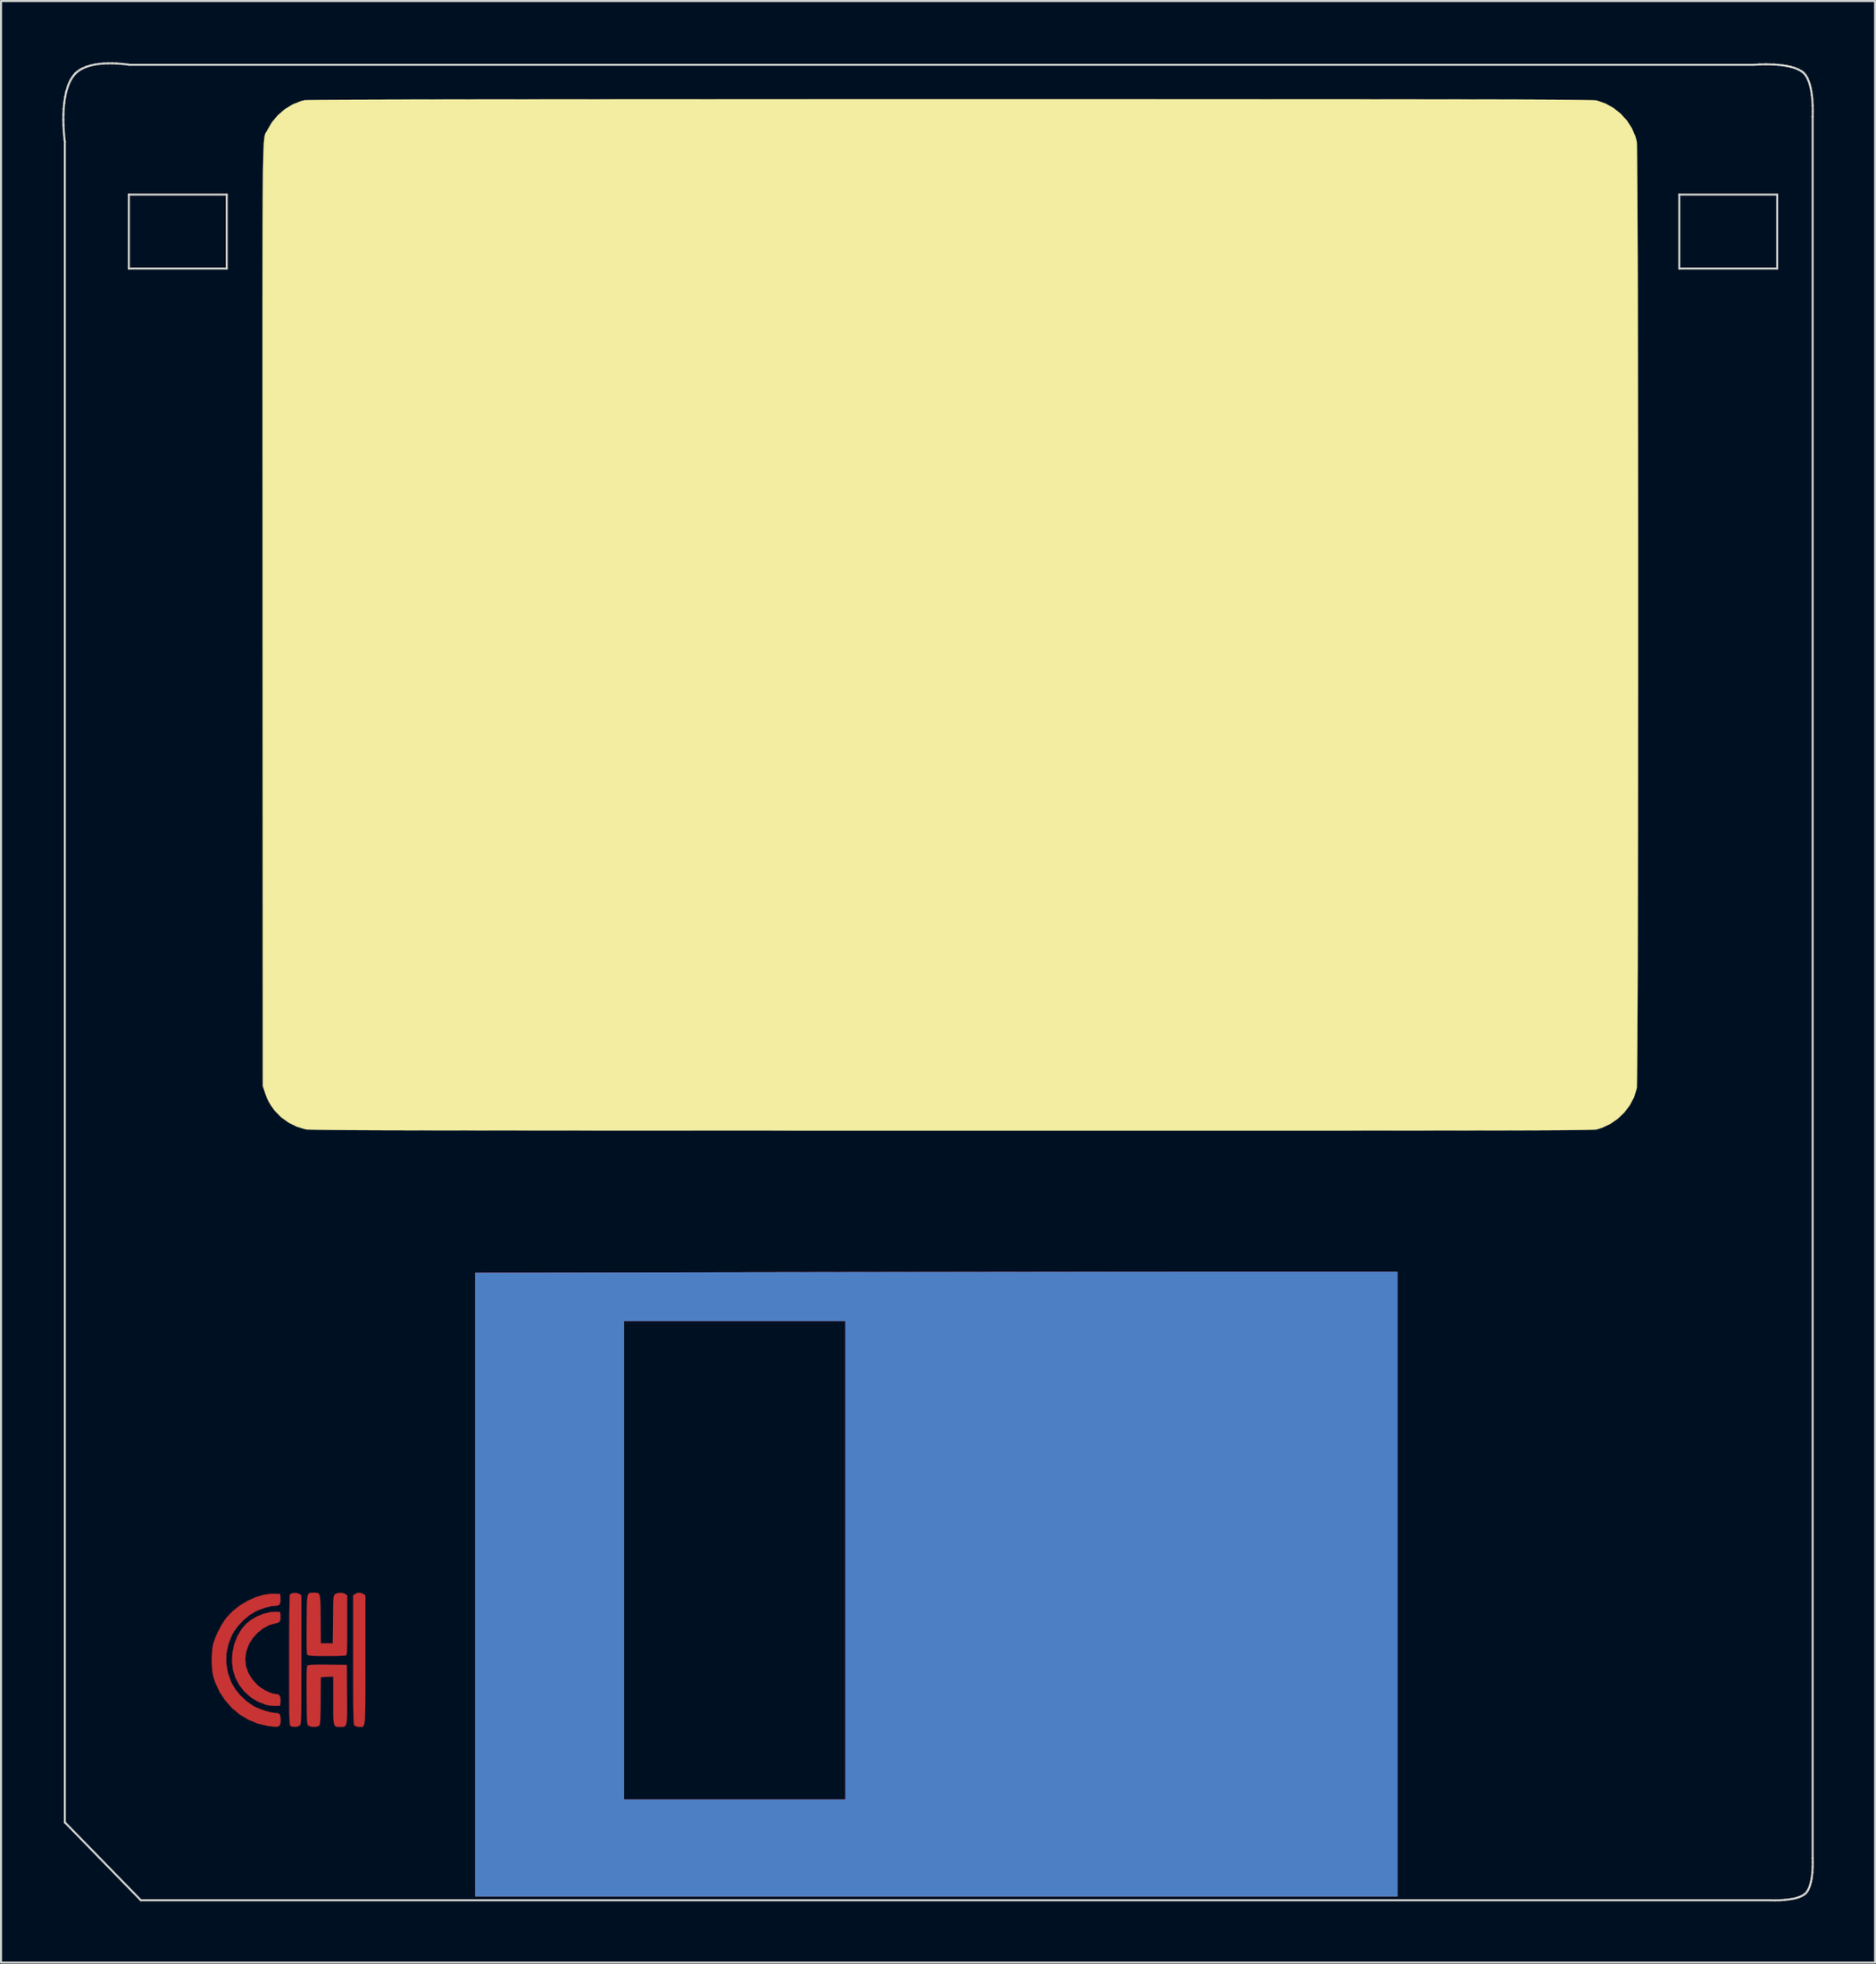
<source format=kicad_pcb>
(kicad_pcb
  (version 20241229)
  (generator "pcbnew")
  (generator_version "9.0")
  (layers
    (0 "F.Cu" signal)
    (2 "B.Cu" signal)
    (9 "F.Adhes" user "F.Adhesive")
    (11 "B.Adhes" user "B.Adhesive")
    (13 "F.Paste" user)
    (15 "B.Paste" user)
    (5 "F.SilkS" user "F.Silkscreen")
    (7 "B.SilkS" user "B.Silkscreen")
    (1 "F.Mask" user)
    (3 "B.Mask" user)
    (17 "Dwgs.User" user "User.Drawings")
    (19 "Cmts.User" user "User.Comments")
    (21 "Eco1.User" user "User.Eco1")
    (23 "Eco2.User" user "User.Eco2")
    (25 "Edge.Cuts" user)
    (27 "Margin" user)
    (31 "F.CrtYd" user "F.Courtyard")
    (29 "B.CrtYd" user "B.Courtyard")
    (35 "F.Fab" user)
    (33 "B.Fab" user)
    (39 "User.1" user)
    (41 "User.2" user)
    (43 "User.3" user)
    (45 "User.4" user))
  (footprint "3.5-disk-fullsize"
    (layer "F.Cu")
    (at 42.851 44.986)
    (property "Reference" "3.5-disk-fullsize" (at 0 0 0) (layer "F.SilkS") (effects (font (size 1.27 1.27) (thickness 0.15))))
    (attr through_hole)
    (fp_poly (pts (xy 22.479 44.746) (xy -22.648 44.746) (xy -22.648 16.595) (xy -15.367 16.595) (xy -15.367 40.005) (xy -4.53 40.005) (xy -4.53 16.595) (xy -15.367 16.595) (xy -22.648 16.595) (xy -22.648 14.238) (xy -6.639 14.21) (xy -5.405 14.208) (xy -4.158 14.206) (xy -2.904 14.204) (xy -1.646 14.202) (xy -0.389 14.2) (xy 0.861 14.198) (xy 2.1 14.196) (xy 3.324 14.194) (xy 4.527 14.193) (xy 5.704 14.191) (xy 6.852 14.19) (xy 7.965 14.188) (xy 9.039 14.187) (xy 10.068 14.186) (xy 11.049 14.185) (xy 11.976 14.184) (xy 12.844 14.183) (xy 13.65 14.183) (xy 14.387 14.182) (xy 15.052 14.182) (xy 15.64 14.182) (xy 15.924 14.182) (xy 22.479 14.182) (xy 22.479 44.746)) (stroke (width 0.01) (type solid)) (fill yes) (layer "F.Cu"))
    (fp_poly (pts (xy -28.201 29.912) (xy -28.119 29.953) (xy -28.025 30.019) (xy -28.025 33.168) (xy -28.025 33.773) (xy -28.024 34.299) (xy -28.025 34.752) (xy -28.026 35.137) (xy -28.029 35.459) (xy -28.034 35.724) (xy -28.042 35.937) (xy -28.052 36.105) (xy -28.066 36.232) (xy -28.084 36.324) (xy -28.107 36.386) (xy -28.134 36.425) (xy -28.167 36.445) (xy -28.206 36.452) (xy -28.252 36.451) (xy -28.305 36.449) (xy -28.321 36.449) (xy -28.449 36.432) (xy -28.544 36.389) (xy -28.551 36.382) (xy -28.563 36.363) (xy -28.574 36.328) (xy -28.584 36.271) (xy -28.592 36.188) (xy -28.598 36.072) (xy -28.604 35.918) (xy -28.608 35.719) (xy -28.611 35.471) (xy -28.614 35.168) (xy -28.615 34.804) (xy -28.617 34.373) (xy -28.617 33.87) (xy -28.617 33.289) (xy -28.617 33.168) (xy -28.617 30.019) (xy -28.523 29.953) (xy -28.409 29.902) (xy -28.321 29.887) (xy -28.201 29.912)) (stroke (width 0.01) (type solid)) (fill yes) (layer "F.Cu"))
    (fp_poly (pts (xy -32.364 30.826) (xy -32.194 30.84) (xy -32.181 31.044) (xy -32.184 31.206) (xy -32.225 31.305) (xy -32.32 31.361) (xy -32.44 31.387) (xy -32.731 31.469) (xy -33.019 31.623) (xy -33.29 31.836) (xy -33.526 32.094) (xy -33.713 32.386) (xy -33.725 32.41) (xy -33.856 32.764) (xy -33.904 33.117) (xy -33.871 33.465) (xy -33.757 33.802) (xy -33.563 34.121) (xy -33.3 34.409) (xy -33.135 34.539) (xy -32.941 34.659) (xy -32.743 34.757) (xy -32.564 34.821) (xy -32.446 34.84) (xy -32.303 34.858) (xy -32.219 34.921) (xy -32.182 35.04) (xy -32.181 35.18) (xy -32.194 35.412) (xy -32.427 35.421) (xy -32.613 35.413) (xy -32.81 35.385) (xy -32.881 35.369) (xy -33.275 35.219) (xy -33.632 35) (xy -33.942 34.722) (xy -34.197 34.394) (xy -34.388 34.026) (xy -34.498 33.663) (xy -34.546 33.245) (xy -34.523 32.82) (xy -34.434 32.404) (xy -34.283 32.013) (xy -34.074 31.663) (xy -33.875 31.429) (xy -33.625 31.223) (xy -33.33 31.051) (xy -33.011 30.921) (xy -32.691 30.842) (xy -32.394 30.824) (xy -32.364 30.826)) (stroke (width 0.01) (type solid)) (fill yes) (layer "F.Cu"))
    (fp_poly (pts (xy -31.376 29.906) (xy -31.264 29.946) (xy -31.157 30.016) (xy -31.157 33.163) (xy -31.157 33.755) (xy -31.158 34.268) (xy -31.158 34.708) (xy -31.16 35.08) (xy -31.162 35.391) (xy -31.164 35.647) (xy -31.168 35.852) (xy -31.173 36.013) (xy -31.179 36.136) (xy -31.186 36.226) (xy -31.195 36.29) (xy -31.205 36.332) (xy -31.218 36.359) (xy -31.232 36.376) (xy -31.235 36.379) (xy -31.342 36.43) (xy -31.486 36.446) (xy -31.626 36.425) (xy -31.676 36.403) (xy -31.69 36.391) (xy -31.702 36.369) (xy -31.712 36.33) (xy -31.721 36.269) (xy -31.728 36.181) (xy -31.734 36.06) (xy -31.739 35.899) (xy -31.743 35.694) (xy -31.745 35.438) (xy -31.747 35.127) (xy -31.748 34.753) (xy -31.749 34.312) (xy -31.749 33.798) (xy -31.749 33.205) (xy -31.749 33.198) (xy -31.749 32.687) (xy -31.747 32.2) (xy -31.745 31.745) (xy -31.742 31.326) (xy -31.739 30.952) (xy -31.735 30.629) (xy -31.73 30.364) (xy -31.725 30.163) (xy -31.72 30.033) (xy -31.714 29.981) (xy -31.714 29.981) (xy -31.636 29.925) (xy -31.511 29.9) (xy -31.376 29.906)) (stroke (width 0.01) (type solid)) (fill yes) (layer "F.Cu"))
    (fp_poly (pts (xy -29.932 33.41) (xy -29.861 33.411) (xy -28.935 33.422) (xy -28.924 34.858) (xy -28.92 35.266) (xy -28.919 35.598) (xy -28.921 35.862) (xy -28.928 36.064) (xy -28.942 36.214) (xy -28.964 36.319) (xy -28.996 36.387) (xy -29.04 36.426) (xy -29.097 36.444) (xy -29.169 36.449) (xy -29.256 36.449) (xy -29.35 36.448) (xy -29.425 36.441) (xy -29.482 36.418) (xy -29.525 36.37) (xy -29.554 36.289) (xy -29.574 36.166) (xy -29.585 35.992) (xy -29.59 35.758) (xy -29.591 35.455) (xy -29.591 35.153) (xy -29.591 33.99) (xy -29.898 34.002) (xy -30.205 34.015) (xy -30.216 35.179) (xy -30.219 35.527) (xy -30.224 35.8) (xy -30.229 36.008) (xy -30.237 36.159) (xy -30.247 36.264) (xy -30.26 36.332) (xy -30.277 36.373) (xy -30.298 36.396) (xy -30.404 36.436) (xy -30.55 36.447) (xy -30.696 36.431) (xy -30.8 36.389) (xy -30.822 36.369) (xy -30.84 36.339) (xy -30.855 36.29) (xy -30.866 36.214) (xy -30.874 36.101) (xy -30.88 35.944) (xy -30.885 35.732) (xy -30.889 35.458) (xy -30.893 35.112) (xy -30.894 34.914) (xy -30.897 34.52) (xy -30.898 34.203) (xy -30.897 33.954) (xy -30.893 33.766) (xy -30.887 33.629) (xy -30.878 33.537) (xy -30.865 33.48) (xy -30.849 33.451) (xy -30.847 33.449) (xy -30.794 33.431) (xy -30.683 33.419) (xy -30.506 33.411) (xy -30.258 33.408) (xy -29.932 33.41)) (stroke (width 0.01) (type solid)) (fill yes) (layer "F.Cu"))
    (fp_poly (pts (xy -32.194 29.951) (xy -32.182 30.177) (xy -32.184 30.35) (xy -32.223 30.457) (xy -32.307 30.51) (xy -32.424 30.522) (xy -32.65 30.547) (xy -32.92 30.615) (xy -33.212 30.72) (xy -33.401 30.804) (xy -33.692 30.98) (xy -33.979 31.218) (xy -34.242 31.495) (xy -34.459 31.792) (xy -34.554 31.962) (xy -34.731 32.412) (xy -34.824 32.868) (xy -34.833 33.328) (xy -34.758 33.785) (xy -34.6 34.235) (xy -34.557 34.327) (xy -34.373 34.629) (xy -34.13 34.924) (xy -33.848 35.188) (xy -33.549 35.402) (xy -33.401 35.483) (xy -33.158 35.587) (xy -32.902 35.675) (xy -32.659 35.738) (xy -32.455 35.77) (xy -32.401 35.772) (xy -32.285 35.788) (xy -32.214 35.848) (xy -32.18 35.965) (xy -32.173 36.11) (xy -32.179 36.257) (xy -32.204 36.356) (xy -32.26 36.416) (xy -32.36 36.44) (xy -32.516 36.436) (xy -32.741 36.409) (xy -32.79 36.402) (xy -33.278 36.29) (xy -33.739 36.102) (xy -34.165 35.845) (xy -34.548 35.526) (xy -34.882 35.151) (xy -35.16 34.727) (xy -35.373 34.26) (xy -35.459 33.991) (xy -35.503 33.766) (xy -35.529 33.485) (xy -35.537 33.177) (xy -35.528 32.869) (xy -35.502 32.59) (xy -35.463 32.385) (xy -35.37 32.108) (xy -35.235 31.801) (xy -35.074 31.496) (xy -34.902 31.224) (xy -34.798 31.087) (xy -34.508 30.786) (xy -34.169 30.518) (xy -33.798 30.292) (xy -33.409 30.115) (xy -33.019 29.995) (xy -32.643 29.939) (xy -32.463 29.938) (xy -32.194 29.951)) (stroke (width 0.01) (type solid)) (fill yes) (layer "F.Cu"))
    (fp_poly (pts (xy -30.544 29.887) (xy -30.454 29.888) (xy -30.384 29.894) (xy -30.329 29.916) (xy -30.289 29.962) (xy -30.26 30.04) (xy -30.241 30.161) (xy -30.229 30.331) (xy -30.223 30.562) (xy -30.219 30.86) (xy -30.216 31.178) (xy -30.205 32.364) (xy -29.612 32.364) (xy -29.602 31.2) (xy -29.598 30.855) (xy -29.595 30.585) (xy -29.59 30.381) (xy -29.584 30.231) (xy -29.574 30.125) (xy -29.562 30.055) (xy -29.545 30.01) (xy -29.523 29.981) (xy -29.502 29.961) (xy -29.376 29.904) (xy -29.218 29.891) (xy -29.066 29.922) (xy -29.008 29.953) (xy -28.914 30.019) (xy -28.914 31.473) (xy -28.914 31.866) (xy -28.915 32.182) (xy -28.918 32.431) (xy -28.922 32.619) (xy -28.929 32.756) (xy -28.938 32.85) (xy -28.949 32.908) (xy -28.964 32.94) (xy -28.981 32.952) (xy -29.042 32.96) (xy -29.174 32.966) (xy -29.363 32.972) (xy -29.596 32.976) (xy -29.858 32.978) (xy -29.928 32.978) (xy -30.236 32.977) (xy -30.47 32.973) (xy -30.639 32.966) (xy -30.753 32.955) (xy -30.822 32.94) (xy -30.857 32.919) (xy -30.857 32.918) (xy -30.872 32.874) (xy -30.883 32.775) (xy -30.891 32.617) (xy -30.895 32.394) (xy -30.897 32.101) (xy -30.897 31.732) (xy -30.894 31.433) (xy -30.891 31.031) (xy -30.887 30.705) (xy -30.881 30.448) (xy -30.871 30.251) (xy -30.855 30.106) (xy -30.832 30.006) (xy -30.798 29.942) (xy -30.754 29.906) (xy -30.696 29.891) (xy -30.623 29.887) (xy -30.544 29.887)) (stroke (width 0.01) (type solid)) (fill yes) (layer "F.Cu"))
    (fp_poly (pts (xy 22.479 44.746) (xy -22.648 44.746) (xy -22.648 16.595) (xy -15.367 16.595) (xy -15.367 40.005) (xy -4.53 40.005) (xy -4.53 16.595) (xy -15.367 16.595) (xy -22.648 16.595) (xy -22.648 14.238) (xy -6.639 14.21) (xy -5.405 14.208) (xy -4.158 14.206) (xy -2.904 14.204) (xy -1.646 14.202) (xy -0.389 14.2) (xy 0.861 14.198) (xy 2.1 14.196) (xy 3.324 14.194) (xy 4.527 14.193) (xy 5.704 14.191) (xy 6.852 14.19) (xy 7.965 14.188) (xy 9.039 14.187) (xy 10.068 14.186) (xy 11.049 14.185) (xy 11.976 14.184) (xy 12.844 14.183) (xy 13.65 14.183) (xy 14.387 14.182) (xy 15.052 14.182) (xy 15.64 14.182) (xy 15.924 14.182) (xy 22.479 14.182) (xy 22.479 44.746)) (stroke (width 0.01) (type solid)) (fill yes) (layer "F.Mask"))
    (fp_poly (pts (xy 22.479 44.746) (xy -22.648 44.746) (xy -22.648 16.595) (xy -15.367 16.595) (xy -15.367 40.005) (xy -4.53 40.005) (xy -4.53 16.595) (xy -15.367 16.595) (xy -22.648 16.595) (xy -22.648 14.238) (xy -6.639 14.21) (xy -5.405 14.208) (xy -4.158 14.206) (xy -2.904 14.204) (xy -1.646 14.202) (xy -0.389 14.2) (xy 0.861 14.198) (xy 2.1 14.196) (xy 3.324 14.194) (xy 4.527 14.193) (xy 5.704 14.191) (xy 6.852 14.19) (xy 7.965 14.188) (xy 9.039 14.187) (xy 10.068 14.186) (xy 11.049 14.185) (xy 11.976 14.184) (xy 12.844 14.183) (xy 13.65 14.183) (xy 14.387 14.182) (xy 15.052 14.182) (xy 15.64 14.182) (xy 15.924 14.182) (xy 22.479 14.182) (xy 22.479 44.746)) (stroke (width 0.01) (type solid)) (fill yes) (layer "B.Cu"))
    (fp_poly (pts (xy 22.479 44.746) (xy -22.648 44.746) (xy -22.648 16.595) (xy -15.367 16.595) (xy -15.367 40.005) (xy -4.53 40.005) (xy -4.53 16.595) (xy -15.367 16.595) (xy -22.648 16.595) (xy -22.648 14.238) (xy -6.639 14.21) (xy -5.405 14.208) (xy -4.158 14.206) (xy -2.904 14.204) (xy -1.646 14.202) (xy -0.389 14.2) (xy 0.861 14.198) (xy 2.1 14.196) (xy 3.324 14.194) (xy 4.527 14.193) (xy 5.704 14.191) (xy 6.852 14.19) (xy 7.965 14.188) (xy 9.039 14.187) (xy 10.068 14.186) (xy 11.049 14.185) (xy 11.976 14.184) (xy 12.844 14.183) (xy 13.65 14.183) (xy 14.387 14.182) (xy 15.052 14.182) (xy 15.64 14.182) (xy 15.924 14.182) (xy 22.479 14.182) (xy 22.479 44.746)) (stroke (width 0.01) (type solid)) (fill yes) (layer "B.Mask"))
    (fp_poly (pts (xy 2.578 -43.18) (xy 4.467 -43.18) (xy 6.274 -43.18) (xy 8.001 -43.18) (xy 9.652 -43.18) (xy 11.226 -43.179) (xy 12.726 -43.179) (xy 14.154 -43.179) (xy 15.511 -43.179) (xy 16.8 -43.178) (xy 18.021 -43.178) (xy 19.177 -43.177) (xy 20.27 -43.177) (xy 21.301 -43.176) (xy 22.272 -43.175) (xy 23.184 -43.174) (xy 24.04 -43.173) (xy 24.842 -43.173) (xy 25.59 -43.171) (xy 26.288 -43.17) (xy 26.936 -43.169) (xy 27.536 -43.168) (xy 28.09 -43.166) (xy 28.6 -43.165) (xy 29.068 -43.163) (xy 29.495 -43.161) (xy 29.884 -43.159) (xy 30.235 -43.157) (xy 30.551 -43.155) (xy 30.833 -43.153) (xy 31.084 -43.15) (xy 31.304 -43.148) (xy 31.496 -43.145) (xy 31.662 -43.142) (xy 31.803 -43.139) (xy 31.921 -43.136) (xy 32.018 -43.133) (xy 32.095 -43.129) (xy 32.155 -43.126) (xy 32.198 -43.122) (xy 32.228 -43.118) (xy 32.239 -43.116) (xy 32.662 -42.967) (xy 33.054 -42.748) (xy 33.405 -42.468) (xy 33.706 -42.137) (xy 33.947 -41.764) (xy 34.121 -41.359) (xy 34.185 -41.121) (xy 34.189 -41.056) (xy 34.194 -40.909) (xy 34.199 -40.684) (xy 34.203 -40.383) (xy 34.207 -40.009) (xy 34.211 -39.565) (xy 34.215 -39.055) (xy 34.219 -38.481) (xy 34.222 -37.846) (xy 34.225 -37.154) (xy 34.228 -36.407) (xy 34.231 -35.608) (xy 34.234 -34.761) (xy 34.237 -33.868) (xy 34.239 -32.932) (xy 34.241 -31.957) (xy 34.243 -30.945) (xy 34.245 -29.899) (xy 34.247 -28.822) (xy 34.248 -27.718) (xy 34.25 -26.589) (xy 34.251 -25.438) (xy 34.252 -24.269) (xy 34.253 -23.084) (xy 34.254 -21.886) (xy 34.254 -20.678) (xy 34.254 -19.464) (xy 34.254 -18.246) (xy 34.254 -17.027) (xy 34.254 -15.811) (xy 34.254 -14.599) (xy 34.253 -13.397) (xy 34.252 -12.205) (xy 34.252 -11.027) (xy 34.25 -9.867) (xy 34.249 -8.727) (xy 34.248 -7.611) (xy 34.246 -6.52) (xy 34.244 -5.459) (xy 34.242 -4.43) (xy 34.24 -3.436) (xy 34.238 -2.481) (xy 34.235 -1.567) (xy 34.233 -0.697) (xy 34.23 0.126) (xy 34.227 0.899) (xy 34.224 1.618) (xy 34.22 2.281) (xy 34.217 2.885) (xy 34.213 3.426) (xy 34.209 3.903) (xy 34.205 4.311) (xy 34.201 4.648) (xy 34.196 4.911) (xy 34.192 5.096) (xy 34.187 5.201) (xy 34.185 5.223) (xy 34.054 5.642) (xy 33.849 6.034) (xy 33.58 6.389) (xy 33.256 6.699) (xy 32.886 6.953) (xy 32.48 7.143) (xy 32.239 7.217) (xy 32.216 7.221) (xy 32.181 7.225) (xy 32.131 7.229) (xy 32.064 7.232) (xy 31.978 7.236) (xy 31.873 7.239) (xy 31.745 7.242) (xy 31.594 7.245) (xy 31.417 7.248) (xy 31.213 7.25) (xy 30.98 7.253) (xy 30.716 7.255) (xy 30.419 7.257) (xy 30.088 7.259) (xy 29.721 7.261) (xy 29.316 7.263) (xy 28.872 7.265) (xy 28.386 7.266) (xy 27.857 7.268) (xy 27.283 7.269) (xy 26.663 7.27) (xy 25.994 7.271) (xy 25.275 7.273) (xy 24.504 7.273) (xy 23.679 7.274) (xy 22.798 7.275) (xy 21.861 7.276) (xy 20.864 7.276) (xy 19.807 7.277) (xy 18.687 7.277) (xy 17.502 7.278) (xy 16.252 7.278) (xy 14.934 7.278) (xy 13.546 7.278) (xy 12.087 7.278) (xy 10.555 7.278) (xy 8.948 7.278) (xy 7.264 7.278) (xy 5.501 7.278) (xy 3.659 7.278) (xy 1.735 7.278) (xy 0.658 7.278) (xy -1.316 7.278) (xy -3.207 7.277) (xy -5.016 7.277) (xy -6.746 7.277) (xy -8.399 7.276) (xy -9.976 7.276) (xy -11.478 7.276) (xy -12.908 7.275) (xy -14.268 7.275) (xy -15.558 7.274) (xy -16.782 7.274) (xy -17.94 7.273) (xy -19.034 7.272) (xy -20.067 7.271) (xy -21.039 7.27) (xy -21.953 7.27) (xy -22.811 7.268) (xy -23.613 7.267) (xy -24.363 7.266) (xy -25.061 7.265) (xy -25.71 7.264) (xy -26.31 7.262) (xy -26.865 7.261) (xy -27.375 7.259) (xy -27.843 7.257) (xy -28.27 7.255) (xy -28.657 7.253) (xy -29.008 7.251) (xy -29.323 7.249) (xy -29.604 7.247) (xy -29.853 7.244) (xy -30.071 7.241) (xy -30.261 7.239) (xy -30.425 7.236) (xy -30.563 7.233) (xy -30.678 7.23) (xy -30.771 7.226) (xy -30.845 7.223) (xy -30.9 7.219) (xy -30.94 7.215) (xy -30.963 7.212) (xy -31.385 7.082) (xy -31.783 6.884) (xy -32.14 6.627) (xy -32.44 6.322) (xy -32.493 6.254) (xy -32.641 6.047) (xy -32.751 5.863) (xy -32.842 5.669) (xy -32.93 5.431) (xy -32.941 5.397) (xy -33.041 5.101) (xy -33.052 -17.905) (xy -33.053 -19.585) (xy -33.054 -21.183) (xy -33.054 -22.7) (xy -33.055 -24.139) (xy -33.056 -25.502) (xy -33.057 -26.79) (xy -33.057 -28.007) (xy -33.058 -29.154) (xy -33.058 -30.232) (xy -33.058 -31.246) (xy -33.058 -32.195) (xy -33.058 -33.083) (xy -33.057 -33.912) (xy -33.056 -34.684) (xy -33.055 -35.4) (xy -33.054 -36.064) (xy -33.053 -36.676) (xy -33.051 -37.24) (xy -33.048 -37.757) (xy -33.046 -38.229) (xy -33.043 -38.659) (xy -33.039 -39.049) (xy -33.035 -39.4) (xy -33.031 -39.715) (xy -33.026 -39.996) (xy -33.021 -40.245) (xy -33.015 -40.465) (xy -33.008 -40.656) (xy -33.001 -40.822) (xy -32.994 -40.965) (xy -32.986 -41.086) (xy -32.977 -41.188) (xy -32.967 -41.272) (xy -32.957 -41.342) (xy -32.946 -41.399) (xy -32.935 -41.445) (xy -32.923 -41.482) (xy -32.91 -41.512) (xy -32.896 -41.538) (xy -32.881 -41.562) (xy -32.866 -41.585) (xy -32.849 -41.61) (xy -32.832 -41.639) (xy -32.814 -41.674) (xy -32.813 -41.677) (xy -32.589 -42.06) (xy -32.3 -42.403) (xy -31.96 -42.695) (xy -31.581 -42.926) (xy -31.174 -43.088) (xy -30.997 -43.133) (xy -30.956 -43.136) (xy -30.865 -43.139) (xy -30.722 -43.142) (xy -30.526 -43.145) (xy -30.275 -43.148) (xy -29.97 -43.15) (xy -29.609 -43.153) (xy -29.19 -43.155) (xy -28.712 -43.157) (xy -28.175 -43.159) (xy -27.577 -43.161) (xy -26.918 -43.163) (xy -26.195 -43.165) (xy -25.409 -43.166) (xy -24.558 -43.168) (xy -23.64 -43.169) (xy -22.655 -43.171) (xy -21.602 -43.172) (xy -20.48 -43.173) (xy -19.286 -43.174) (xy -18.022 -43.175) (xy -16.684 -43.176) (xy -15.273 -43.177) (xy -13.786 -43.178) (xy -12.224 -43.178) (xy -10.584 -43.179) (xy -8.866 -43.179) (xy -7.069 -43.179) (xy -5.192 -43.18) (xy -3.232 -43.18) (xy -1.191 -43.18) (xy 0.607 -43.18) (xy 2.578 -43.18)) (stroke (width 0.01) (type solid)) (fill yes) (layer "F.SilkS"))
    (fp_line (start -42.801 -42.178) (end -42.798 -42.444) (stroke (width 0.1) (type solid)) (layer "Edge.Cuts"))
    (fp_line (start -42.798 -42.444) (end -42.784 -42.721) (stroke (width 0.1) (type solid)) (layer "Edge.Cuts"))
    (fp_line (start -42.796 -41.928) (end -42.801 -42.178) (stroke (width 0.1) (type solid)) (layer "Edge.Cuts"))
    (fp_line (start -42.784 -42.721) (end -42.758 -43.002) (stroke (width 0.1) (type solid)) (layer "Edge.Cuts"))
    (fp_line (start -42.771 -41.501) (end -42.796 -41.928) (stroke (width 0.1) (type solid)) (layer "Edge.Cuts"))
    (fp_line (start -42.758 -43.002) (end -42.717 -43.281) (stroke (width 0.1) (type solid)) (layer "Edge.Cuts"))
    (fp_line (start -42.742 -41.21) (end -42.771 -41.501) (stroke (width 0.1) (type solid)) (layer "Edge.Cuts"))
    (fp_line (start -42.728 -41.103) (end -42.742 -41.21) (stroke (width 0.1) (type solid)) (layer "Edge.Cuts"))
    (fp_line (start -42.728 41.12) (end -42.728 -41.103) (stroke (width 0.1) (type solid)) (layer "Edge.Cuts"))
    (fp_line (start -42.717 -43.281) (end -42.658 -43.554) (stroke (width 0.1) (type solid)) (layer "Edge.Cuts"))
    (fp_line (start -42.658 -43.554) (end -42.579 -43.813) (stroke (width 0.1) (type solid)) (layer "Edge.Cuts"))
    (fp_line (start -42.579 -43.813) (end -42.532 -43.935) (stroke (width 0.1) (type solid)) (layer "Edge.Cuts"))
    (fp_line (start -42.532 -43.935) (end -42.479 -44.053) (stroke (width 0.1) (type solid)) (layer "Edge.Cuts"))
    (fp_line (start -42.479 -44.053) (end -42.419 -44.164) (stroke (width 0.1) (type solid)) (layer "Edge.Cuts"))
    (fp_line (start -42.419 -44.164) (end -42.353 -44.268) (stroke (width 0.1) (type solid)) (layer "Edge.Cuts"))
    (fp_line (start -42.353 -44.268) (end -42.281 -44.364) (stroke (width 0.1) (type solid)) (layer "Edge.Cuts"))
    (fp_line (start -42.281 -44.364) (end -42.201 -44.451) (stroke (width 0.1) (type solid)) (layer "Edge.Cuts"))
    (fp_line (start -42.201 -44.45) (end -42.128 -44.517) (stroke (width 0.1) (type solid)) (layer "Edge.Cuts"))
    (fp_line (start -42.201 -44.451) (end -42.201 -44.45) (stroke (width 0.1) (type solid)) (layer "Edge.Cuts"))
    (fp_line (start -42.201 -44.451) (end -42.201 -44.451) (stroke (width 0.1) (type solid)) (layer "Edge.Cuts"))
    (fp_line (start -42.128 -44.517) (end -42.049 -44.578) (stroke (width 0.1) (type solid)) (layer "Edge.Cuts"))
    (fp_line (start -42.049 -44.578) (end -41.964 -44.632) (stroke (width 0.1) (type solid)) (layer "Edge.Cuts"))
    (fp_line (start -41.964 -44.632) (end -41.874 -44.682) (stroke (width 0.1) (type solid)) (layer "Edge.Cuts"))
    (fp_line (start -41.874 -44.682) (end -41.682 -44.765) (stroke (width 0.1) (type solid)) (layer "Edge.Cuts"))
    (fp_line (start -41.682 -44.765) (end -41.476 -44.829) (stroke (width 0.1) (type solid)) (layer "Edge.Cuts"))
    (fp_line (start -41.476 -44.829) (end -41.26 -44.877) (stroke (width 0.1) (type solid)) (layer "Edge.Cuts"))
    (fp_line (start -41.26 -44.877) (end -41.041 -44.909) (stroke (width 0.1) (type solid)) (layer "Edge.Cuts"))
    (fp_line (start -41.041 -44.909) (end -40.821 -44.928) (stroke (width 0.1) (type solid)) (layer "Edge.Cuts"))
    (fp_line (start -40.821 -44.928) (end -40.605 -44.936) (stroke (width 0.1) (type solid)) (layer "Edge.Cuts"))
    (fp_line (start -40.605 -44.936) (end -40.398 -44.936) (stroke (width 0.1) (type solid)) (layer "Edge.Cuts"))
    (fp_line (start -40.398 -44.936) (end -40.205 -44.93) (stroke (width 0.1) (type solid)) (layer "Edge.Cuts"))
    (fp_line (start -40.205 -44.93) (end -39.875 -44.905) (stroke (width 0.1) (type solid)) (layer "Edge.Cuts"))
    (fp_line (start -39.875 -44.905) (end -39.65 -44.878) (stroke (width 0.1) (type solid)) (layer "Edge.Cuts"))
    (fp_line (start -39.65 -44.878) (end -39.568 -44.865) (stroke (width 0.1) (type solid)) (layer "Edge.Cuts"))
    (fp_line (start -39.596 -38.515) (end -39.596 -38.515) (stroke (width 0.1) (type solid)) (layer "Edge.Cuts"))
    (fp_line (start -39.596 -38.515) (end -34.806 -38.515) (stroke (width 0.1) (type solid)) (layer "Edge.Cuts"))
    (fp_line (start -39.596 -34.898) (end -39.596 -38.515) (stroke (width 0.1) (type solid)) (layer "Edge.Cuts"))
    (fp_line (start -39.568 -44.865) (end 39.907 -44.865) (stroke (width 0.1) (type solid)) (layer "Edge.Cuts"))
    (fp_line (start -39.01 44.932) (end -42.728 41.12) (stroke (width 0.1) (type solid)) (layer "Edge.Cuts"))
    (fp_line (start -34.806 -38.515) (end -34.806 -34.898) (stroke (width 0.1) (type solid)) (layer "Edge.Cuts"))
    (fp_line (start -34.806 -34.898) (end -39.596 -34.898) (stroke (width 0.1) (type solid)) (layer "Edge.Cuts"))
    (fp_line (start 36.269 -38.515) (end 36.269 -38.515) (stroke (width 0.1) (type solid)) (layer "Edge.Cuts"))
    (fp_line (start 36.269 -38.515) (end 41.059 -38.515) (stroke (width 0.1) (type solid)) (layer "Edge.Cuts"))
    (fp_line (start 36.269 -34.898) (end 36.269 -38.515) (stroke (width 0.1) (type solid)) (layer "Edge.Cuts"))
    (fp_line (start 39.907 -44.865) (end 40.207 -44.882) (stroke (width 0.1) (type solid)) (layer "Edge.Cuts"))
    (fp_line (start 40.207 -44.882) (end 40.527 -44.888) (stroke (width 0.1) (type solid)) (layer "Edge.Cuts"))
    (fp_line (start 40.527 -44.888) (end 40.912 -44.878) (stroke (width 0.1) (type solid)) (layer "Edge.Cuts"))
    (fp_line (start 40.741 44.932) (end -39.01 44.932) (stroke (width 0.1) (type solid)) (layer "Edge.Cuts"))
    (fp_line (start 40.912 -44.878) (end 41.117 -44.863) (stroke (width 0.1) (type solid)) (layer "Edge.Cuts"))
    (fp_line (start 40.951 44.936) (end 40.741 44.932) (stroke (width 0.1) (type solid)) (layer "Edge.Cuts"))
    (fp_line (start 41.059 -38.515) (end 41.059 -34.898) (stroke (width 0.1) (type solid)) (layer "Edge.Cuts"))
    (fp_line (start 41.059 -34.898) (end 36.269 -34.898) (stroke (width 0.1) (type solid)) (layer "Edge.Cuts"))
    (fp_line (start 41.117 -44.863) (end 41.324 -44.84) (stroke (width 0.1) (type solid)) (layer "Edge.Cuts"))
    (fp_line (start 41.175 44.932) (end 40.951 44.936) (stroke (width 0.1) (type solid)) (layer "Edge.Cuts"))
    (fp_line (start 41.324 -44.84) (end 41.53 -44.808) (stroke (width 0.1) (type solid)) (layer "Edge.Cuts"))
    (fp_line (start 41.445 44.915) (end 41.175 44.932) (stroke (width 0.1) (type solid)) (layer "Edge.Cuts"))
    (fp_line (start 41.53 -44.808) (end 41.728 -44.765) (stroke (width 0.1) (type solid)) (layer "Edge.Cuts"))
    (fp_line (start 41.728 -44.765) (end 41.916 -44.71) (stroke (width 0.1) (type solid)) (layer "Edge.Cuts"))
    (fp_line (start 41.733 44.878) (end 41.445 44.915) (stroke (width 0.1) (type solid)) (layer "Edge.Cuts"))
    (fp_line (start 41.877 44.851) (end 41.733 44.878) (stroke (width 0.1) (type solid)) (layer "Edge.Cuts"))
    (fp_line (start 41.916 -44.71) (end 42.087 -44.641) (stroke (width 0.1) (type solid)) (layer "Edge.Cuts"))
    (fp_line (start 42.016 44.816) (end 41.877 44.851) (stroke (width 0.1) (type solid)) (layer "Edge.Cuts"))
    (fp_line (start 42.087 -44.641) (end 42.238 -44.557) (stroke (width 0.1) (type solid)) (layer "Edge.Cuts"))
    (fp_line (start 42.146 44.773) (end 42.016 44.816) (stroke (width 0.1) (type solid)) (layer "Edge.Cuts"))
    (fp_line (start 42.238 -44.557) (end 42.305 -44.51) (stroke (width 0.1) (type solid)) (layer "Edge.Cuts"))
    (fp_line (start 42.266 44.721) (end 42.146 44.773) (stroke (width 0.1) (type solid)) (layer "Edge.Cuts"))
    (fp_line (start 42.305 -44.51) (end 42.364 -44.458) (stroke (width 0.1) (type solid)) (layer "Edge.Cuts"))
    (fp_line (start 42.364 -44.458) (end 42.455 -44.351) (stroke (width 0.1) (type solid)) (layer "Edge.Cuts"))
    (fp_line (start 42.37 44.66) (end 42.266 44.721) (stroke (width 0.1) (type solid)) (layer "Edge.Cuts"))
    (fp_line (start 42.455 -44.351) (end 42.532 -44.222) (stroke (width 0.1) (type solid)) (layer "Edge.Cuts"))
    (fp_line (start 42.458 44.588) (end 42.37 44.66) (stroke (width 0.1) (type solid)) (layer "Edge.Cuts"))
    (fp_line (start 42.529 44.501) (end 42.458 44.588) (stroke (width 0.1) (type solid)) (layer "Edge.Cuts"))
    (fp_line (start 42.532 -44.222) (end 42.597 -44.075) (stroke (width 0.1) (type solid)) (layer "Edge.Cuts"))
    (fp_line (start 42.59 44.396) (end 42.529 44.501) (stroke (width 0.1) (type solid)) (layer "Edge.Cuts"))
    (fp_line (start 42.597 -44.075) (end 42.651 -43.913) (stroke (width 0.1) (type solid)) (layer "Edge.Cuts"))
    (fp_line (start 42.641 44.277) (end 42.59 44.396) (stroke (width 0.1) (type solid)) (layer "Edge.Cuts"))
    (fp_line (start 42.651 -43.913) (end 42.695 -43.741) (stroke (width 0.1) (type solid)) (layer "Edge.Cuts"))
    (fp_line (start 42.683 44.147) (end 42.641 44.277) (stroke (width 0.1) (type solid)) (layer "Edge.Cuts"))
    (fp_line (start 42.695 -43.741) (end 42.729 -43.563) (stroke (width 0.1) (type solid)) (layer "Edge.Cuts"))
    (fp_line (start 42.718 44.009) (end 42.683 44.147) (stroke (width 0.1) (type solid)) (layer "Edge.Cuts"))
    (fp_line (start 42.729 -43.563) (end 42.756 -43.383) (stroke (width 0.1) (type solid)) (layer "Edge.Cuts"))
    (fp_line (start 42.745 43.866) (end 42.718 44.009) (stroke (width 0.1) (type solid)) (layer "Edge.Cuts"))
    (fp_line (start 42.756 -43.383) (end 42.775 -43.205) (stroke (width 0.1) (type solid)) (layer "Edge.Cuts"))
    (fp_line (start 42.775 -43.205) (end 42.796 -42.87) (stroke (width 0.1) (type solid)) (layer "Edge.Cuts"))
    (fp_line (start 42.78 43.579) (end 42.745 43.866) (stroke (width 0.1) (type solid)) (layer "Edge.Cuts"))
    (fp_line (start 42.795 -42.33) (end 42.795 42.878) (stroke (width 0.1) (type solid)) (layer "Edge.Cuts"))
    (fp_line (start 42.795 42.878) (end 42.8 43.087) (stroke (width 0.1) (type solid)) (layer "Edge.Cuts"))
    (fp_line (start 42.796 -42.87) (end 42.801 -42.592) (stroke (width 0.1) (type solid)) (layer "Edge.Cuts"))
    (fp_line (start 42.796 43.31) (end 42.78 43.579) (stroke (width 0.1) (type solid)) (layer "Edge.Cuts"))
    (fp_line (start 42.8 43.087) (end 42.796 43.31) (stroke (width 0.1) (type solid)) (layer "Edge.Cuts"))
    (fp_line (start 42.801 -42.592) (end 42.795 -42.33) (stroke (width 0.1) (type solid)) (layer "Edge.Cuts")))
  (gr_rect
    (start -3 -3)
    (end 88.701 92.972)
    (stroke (width 0.1) (type default))
    (fill no)
    (layer "Edge.Cuts")))
</source>
